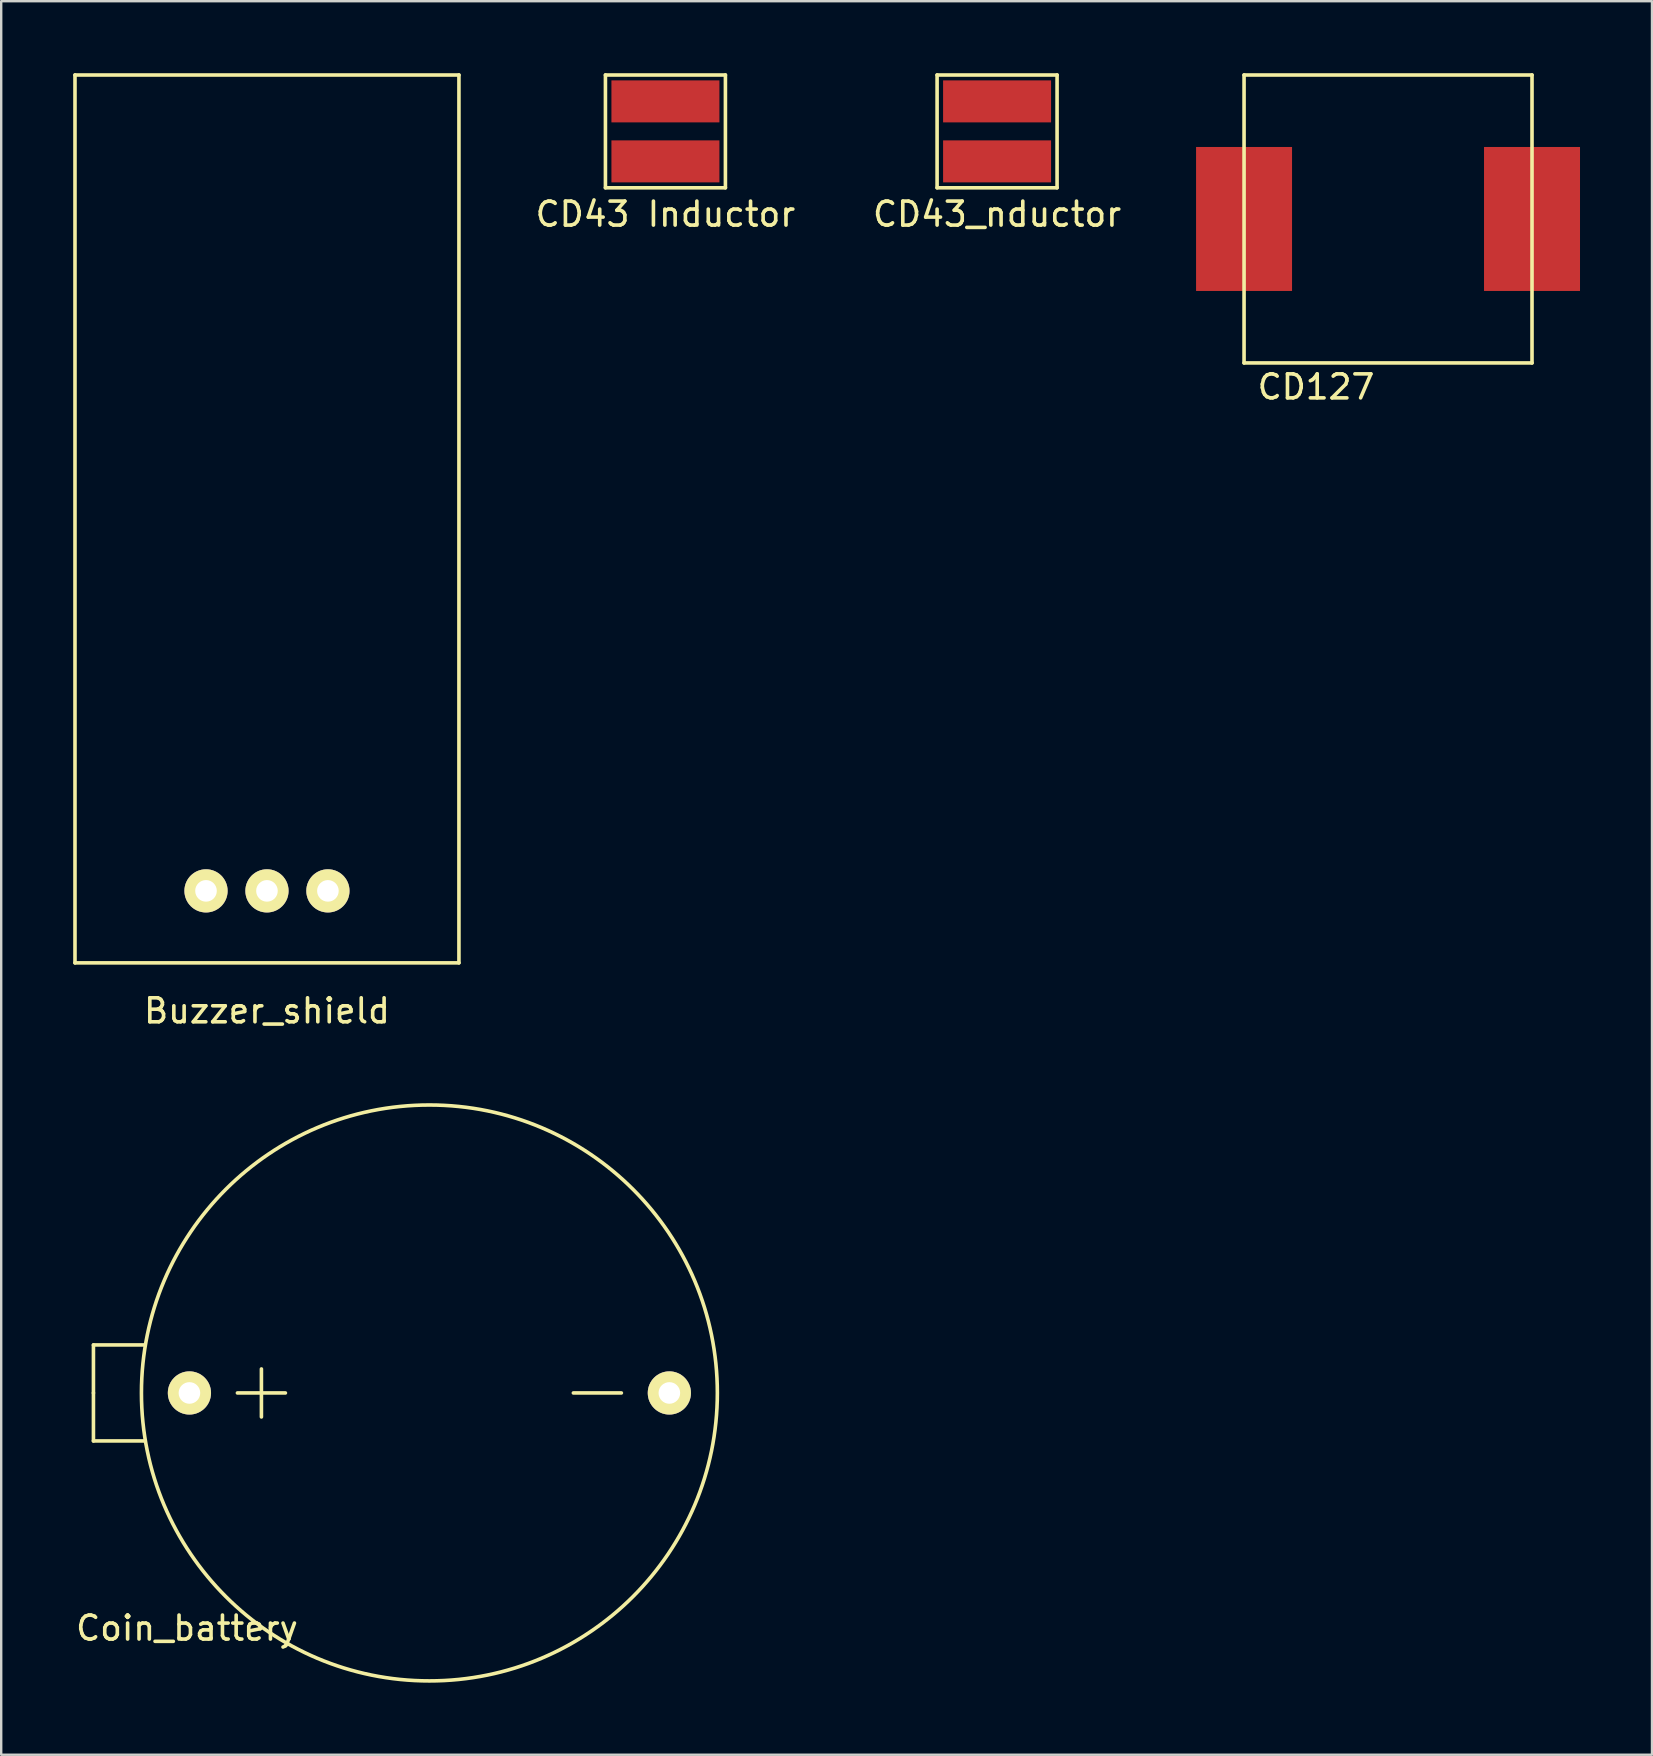
<source format=kicad_pcb>
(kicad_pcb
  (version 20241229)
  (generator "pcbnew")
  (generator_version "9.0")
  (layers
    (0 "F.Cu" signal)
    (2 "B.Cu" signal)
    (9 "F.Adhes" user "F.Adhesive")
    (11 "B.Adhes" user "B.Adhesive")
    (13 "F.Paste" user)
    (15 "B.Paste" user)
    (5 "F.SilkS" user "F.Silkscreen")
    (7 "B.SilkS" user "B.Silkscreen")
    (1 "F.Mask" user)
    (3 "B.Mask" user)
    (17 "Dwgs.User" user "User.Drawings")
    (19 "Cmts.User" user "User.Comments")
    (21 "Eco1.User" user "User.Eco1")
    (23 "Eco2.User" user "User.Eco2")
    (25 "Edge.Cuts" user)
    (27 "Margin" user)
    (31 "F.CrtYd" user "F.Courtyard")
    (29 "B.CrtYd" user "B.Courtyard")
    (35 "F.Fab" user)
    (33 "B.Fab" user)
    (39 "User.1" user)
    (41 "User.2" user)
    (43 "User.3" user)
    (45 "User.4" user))
  (footprint "Buzzer_shield"
    (layer "F.Cu")
    (at 8.075 34.075)
    (property "Reference" "Buzzer_shield" (at 0 5 0) (layer "F.SilkS") (effects (font (size 1 1) (thickness 0.15))))
    (attr through_hole)
    (fp_line (start -8 -34) (end -8 3) (stroke (width 0.15) (type solid)) (layer "F.SilkS"))
    (fp_line (start -8 3) (end 8 3) (stroke (width 0.15) (type solid)) (layer "F.SilkS"))
    (fp_line (start 8 -34) (end -8 -34) (stroke (width 0.15) (type solid)) (layer "F.SilkS"))
    (fp_line (start 8 3) (end 8 -34) (stroke (width 0.15) (type solid)) (layer "F.SilkS"))
    (pad "1" thru_hole circle (at -2.54 0) (size 1.8 1.8) (drill 0.9) (layers "*.Cu" "*.Mask" "F.SilkS"))
    (pad "2" thru_hole circle (at 0 0) (size 1.8 1.8) (drill 0.9) (layers "*.Cu" "*.Mask" "F.SilkS"))
    (pad "3" thru_hole circle (at 2.54 0) (size 1.8 1.8) (drill 0.9) (layers "*.Cu" "*.Mask" "F.SilkS")))
  (footprint "Coin_battery"
    (layer "F.Cu")
    (at 14.844 54.998)
    (property "Reference" "Coin_battery" (at -10.1 9.8 0) (layer "F.SilkS") (effects (font (size 1 1) (thickness 0.15))))
    (attr through_hole)
    (fp_line (start -14 0) (end -14 -2) (stroke (width 0.15) (type solid)) (layer "F.SilkS"))
    (fp_line (start -14 0) (end -14 2) (stroke (width 0.15) (type solid)) (layer "F.SilkS"))
    (fp_line (start -14 2) (end -11.9 2) (stroke (width 0.15) (type solid)) (layer "F.SilkS"))
    (fp_line (start -11.9 -2) (end -14 -2) (stroke (width 0.15) (type solid)) (layer "F.SilkS"))
    (fp_line (start -8 0) (end -6 0) (stroke (width 0.15) (type solid)) (layer "F.SilkS"))
    (fp_line (start -7 -1) (end -7 1) (stroke (width 0.15) (type solid)) (layer "F.SilkS"))
    (fp_line (start 6 0) (end 8 0) (stroke (width 0.15) (type solid)) (layer "F.SilkS"))
    (fp_circle (center 0 0) (end 12 0) (stroke (width 0.15) (type solid)) (fill no) (layer "F.SilkS"))
    (pad "1" thru_hole circle (at -10 0) (size 1.8 1.8) (drill 0.9) (layers "*.Cu" "*.Mask" "F.SilkS"))
    (pad "2" thru_hole circle (at 10 0) (size 1.8 1.8) (drill 0.9) (layers "*.Cu" "*.Mask" "F.SilkS")))
  (footprint "CD127"
    (layer "F.Cu")
    (at 48.793 6.075)
    (property "Reference" "CD127" (at 3 7 0) (layer "F.SilkS") (effects (font (size 1 1) (thickness 0.15))))
    (attr through_hole)
    (fp_line (start 0 -6) (end 12 -6) (stroke (width 0.15) (type solid)) (layer "F.SilkS"))
    (fp_line (start 0 6) (end 0 -6) (stroke (width 0.15) (type solid)) (layer "F.SilkS"))
    (fp_line (start 12 -6) (end 12 6) (stroke (width 0.15) (type solid)) (layer "F.SilkS"))
    (fp_line (start 12 6) (end 0 6) (stroke (width 0.15) (type solid)) (layer "F.SilkS"))
    (pad "1" smd rect (at 0 0) (size 4 6) (layers "F.Cu" "F.Mask" "F.Paste"))
    (pad "2" smd rect (at 12 0) (size 4 6) (layers "F.Cu" "F.Mask" "F.Paste")))
  (footprint "CD43_nductor"
    (layer "F.Cu")
    (at 38.501 3.675)
    (property "Reference" "CD43_nductor" (at 0 2.2 0) (layer "F.SilkS") (effects (font (size 1 1) (thickness 0.15))))
    (attr through_hole)
    (fp_line (start -2.5 -3.6) (end -2.5 1.1) (stroke (width 0.15) (type solid)) (layer "F.SilkS"))
    (fp_line (start -2.5 1.1) (end 2.5 1.1) (stroke (width 0.15) (type solid)) (layer "F.SilkS"))
    (fp_line (start 2.5 -3.6) (end -2.5 -3.6) (stroke (width 0.15) (type solid)) (layer "F.SilkS"))
    (fp_line (start 2.5 1.1) (end 2.5 -3.6) (stroke (width 0.15) (type solid)) (layer "F.SilkS"))
    (pad "1" smd rect (at 0 0) (size 4.5 1.75) (layers "F.Cu" "F.Mask" "F.Paste"))
    (pad "2" smd rect (at 0 -2.5) (size 4.5 1.75) (layers "F.Cu" "F.Mask" "F.Paste")))
  (footprint "CD43 Inductor"
    (layer "F.Cu")
    (at 24.68 3.675)
    (property "Reference" "CD43 Inductor" (at 0 2.2 0) (layer "F.SilkS") (effects (font (size 1 1) (thickness 0.15))))
    (attr through_hole)
    (fp_line (start -2.5 -3.6) (end -2.5 1.1) (stroke (width 0.15) (type solid)) (layer "F.SilkS"))
    (fp_line (start -2.5 1.1) (end 2.5 1.1) (stroke (width 0.15) (type solid)) (layer "F.SilkS"))
    (fp_line (start 2.5 -3.6) (end -2.5 -3.6) (stroke (width 0.15) (type solid)) (layer "F.SilkS"))
    (fp_line (start 2.5 1.1) (end 2.5 -3.6) (stroke (width 0.15) (type solid)) (layer "F.SilkS"))
    (pad "1" smd rect (at 0 0) (size 4.5 1.75) (layers "F.Cu" "F.Mask" "F.Paste"))
    (pad "2" smd rect (at 0 -2.5) (size 4.5 1.75) (layers "F.Cu" "F.Mask" "F.Paste")))
  (gr_rect
    (start -3 -3)
    (end 65.793 70.073)
    (stroke (width 0.1) (type default))
    (fill no)
    (layer "Edge.Cuts")))
</source>
